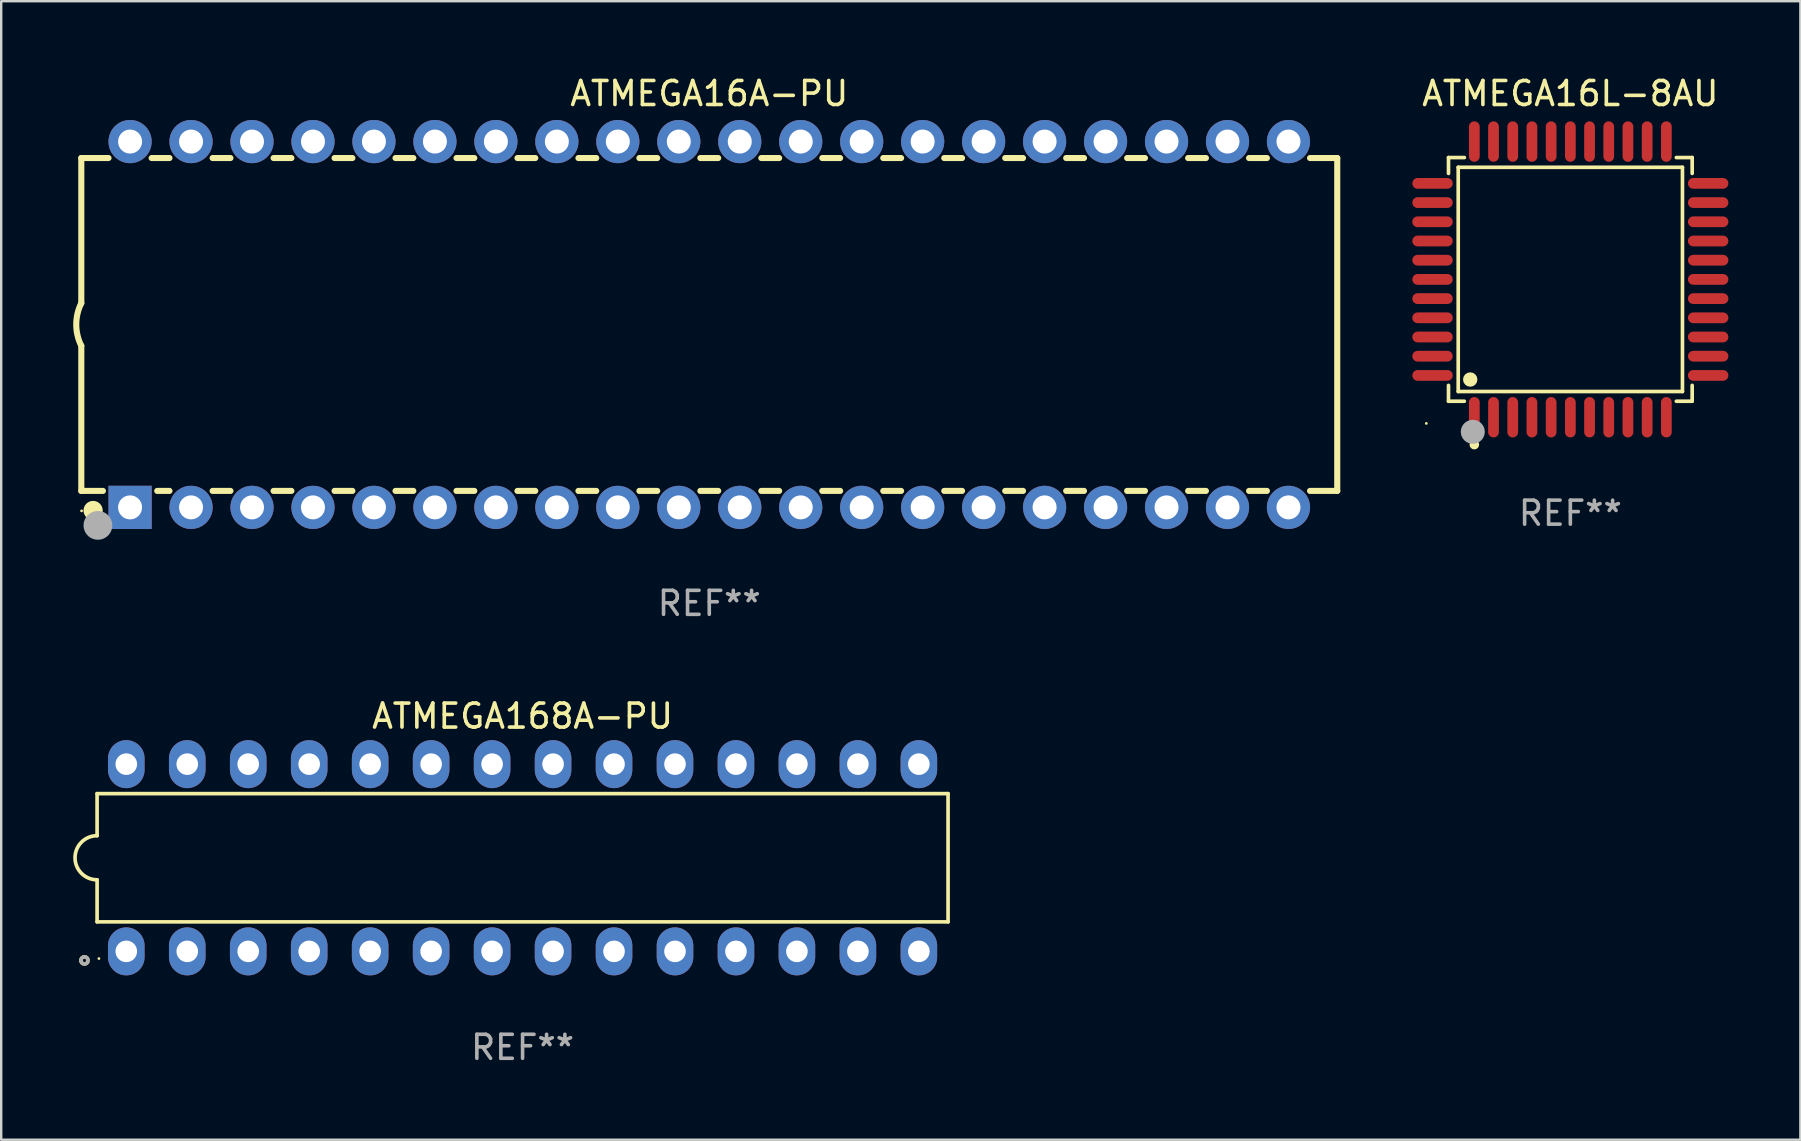
<source format=kicad_pcb>
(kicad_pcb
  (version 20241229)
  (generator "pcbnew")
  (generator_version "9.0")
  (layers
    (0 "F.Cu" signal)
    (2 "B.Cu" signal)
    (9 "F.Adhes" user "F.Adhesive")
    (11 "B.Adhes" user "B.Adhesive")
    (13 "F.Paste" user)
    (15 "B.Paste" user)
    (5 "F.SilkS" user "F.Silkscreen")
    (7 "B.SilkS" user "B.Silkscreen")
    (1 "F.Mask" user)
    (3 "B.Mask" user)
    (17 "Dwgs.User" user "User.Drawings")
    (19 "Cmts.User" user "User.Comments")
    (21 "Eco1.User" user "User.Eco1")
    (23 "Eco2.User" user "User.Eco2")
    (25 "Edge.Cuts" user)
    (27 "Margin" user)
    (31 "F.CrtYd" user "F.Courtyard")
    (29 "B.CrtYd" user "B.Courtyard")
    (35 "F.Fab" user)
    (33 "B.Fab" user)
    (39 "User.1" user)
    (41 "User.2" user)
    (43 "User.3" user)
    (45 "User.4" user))
  (footprint "ATMEGA16A-PU"
    (layer "F.Cu")
    (at 26.499 10.468)
    (property "Reference" "ATMEGA16A-PU" (at 0 -9.62 0) (layer "F.SilkS") (effects (font (size 1 1) (thickness 0.15))))
    (attr through_hole)
    (fp_line (start -26.162 -6.934) (end -26.162 -0.889) (stroke (width 0.254) (type solid)) (layer "F.SilkS"))
    (fp_line (start -26.162 -6.934) (end -25.029 -6.934) (stroke (width 0.254) (type solid)) (layer "F.SilkS"))
    (fp_line (start -26.162 6.934) (end -26.162 0.889) (stroke (width 0.254) (type solid)) (layer "F.SilkS"))
    (fp_line (start -26.162 6.934) (end -25.261 6.934) (stroke (width 0.254) (type solid)) (layer "F.SilkS"))
    (fp_line (start -23.231 -6.934) (end -22.489 -6.934) (stroke (width 0.254) (type solid)) (layer "F.SilkS"))
    (fp_line (start -22.999 6.934) (end -22.489 6.934) (stroke (width 0.254) (type solid)) (layer "F.SilkS"))
    (fp_line (start -20.691 -6.934) (end -19.949 -6.934) (stroke (width 0.254) (type solid)) (layer "F.SilkS"))
    (fp_line (start -20.691 6.934) (end -19.949 6.934) (stroke (width 0.254) (type solid)) (layer "F.SilkS"))
    (fp_line (start -18.151 -6.934) (end -17.409 -6.934) (stroke (width 0.254) (type solid)) (layer "F.SilkS"))
    (fp_line (start -18.151 6.934) (end -17.409 6.934) (stroke (width 0.254) (type solid)) (layer "F.SilkS"))
    (fp_line (start -15.611 -6.934) (end -14.869 -6.934) (stroke (width 0.254) (type solid)) (layer "F.SilkS"))
    (fp_line (start -15.611 6.934) (end -14.869 6.934) (stroke (width 0.254) (type solid)) (layer "F.SilkS"))
    (fp_line (start -13.071 -6.934) (end -12.329 -6.934) (stroke (width 0.254) (type solid)) (layer "F.SilkS"))
    (fp_line (start -13.071 6.934) (end -12.329 6.934) (stroke (width 0.254) (type solid)) (layer "F.SilkS"))
    (fp_line (start -10.531 -6.934) (end -9.789 -6.934) (stroke (width 0.254) (type solid)) (layer "F.SilkS"))
    (fp_line (start -10.531 6.934) (end -9.789 6.934) (stroke (width 0.254) (type solid)) (layer "F.SilkS"))
    (fp_line (start -7.991 -6.934) (end -7.249 -6.934) (stroke (width 0.254) (type solid)) (layer "F.SilkS"))
    (fp_line (start -7.991 6.934) (end -7.249 6.934) (stroke (width 0.254) (type solid)) (layer "F.SilkS"))
    (fp_line (start -5.451 -6.934) (end -4.709 -6.934) (stroke (width 0.254) (type solid)) (layer "F.SilkS"))
    (fp_line (start -5.451 6.934) (end -4.709 6.934) (stroke (width 0.254) (type solid)) (layer "F.SilkS"))
    (fp_line (start -2.911 -6.934) (end -2.169 -6.934) (stroke (width 0.254) (type solid)) (layer "F.SilkS"))
    (fp_line (start -2.911 6.934) (end -2.169 6.934) (stroke (width 0.254) (type solid)) (layer "F.SilkS"))
    (fp_line (start -0.371 -6.934) (end 0.371 -6.934) (stroke (width 0.254) (type solid)) (layer "F.SilkS"))
    (fp_line (start -0.371 6.934) (end 0.371 6.934) (stroke (width 0.254) (type solid)) (layer "F.SilkS"))
    (fp_line (start 2.169 -6.934) (end 2.911 -6.934) (stroke (width 0.254) (type solid)) (layer "F.SilkS"))
    (fp_line (start 2.169 6.934) (end 2.911 6.934) (stroke (width 0.254) (type solid)) (layer "F.SilkS"))
    (fp_line (start 4.709 -6.934) (end 5.451 -6.934) (stroke (width 0.254) (type solid)) (layer "F.SilkS"))
    (fp_line (start 4.709 6.934) (end 5.451 6.934) (stroke (width 0.254) (type solid)) (layer "F.SilkS"))
    (fp_line (start 7.249 -6.934) (end 7.991 -6.934) (stroke (width 0.254) (type solid)) (layer "F.SilkS"))
    (fp_line (start 7.249 6.934) (end 7.991 6.934) (stroke (width 0.254) (type solid)) (layer "F.SilkS"))
    (fp_line (start 9.789 -6.934) (end 10.531 -6.934) (stroke (width 0.254) (type solid)) (layer "F.SilkS"))
    (fp_line (start 9.789 6.934) (end 10.531 6.934) (stroke (width 0.254) (type solid)) (layer "F.SilkS"))
    (fp_line (start 12.329 -6.934) (end 13.071 -6.934) (stroke (width 0.254) (type solid)) (layer "F.SilkS"))
    (fp_line (start 12.329 6.934) (end 13.071 6.934) (stroke (width 0.254) (type solid)) (layer "F.SilkS"))
    (fp_line (start 14.869 -6.934) (end 15.611 -6.934) (stroke (width 0.254) (type solid)) (layer "F.SilkS"))
    (fp_line (start 14.869 6.934) (end 15.611 6.934) (stroke (width 0.254) (type solid)) (layer "F.SilkS"))
    (fp_line (start 17.409 -6.934) (end 18.151 -6.934) (stroke (width 0.254) (type solid)) (layer "F.SilkS"))
    (fp_line (start 17.409 6.934) (end 18.151 6.934) (stroke (width 0.254) (type solid)) (layer "F.SilkS"))
    (fp_line (start 19.949 -6.934) (end 20.691 -6.934) (stroke (width 0.254) (type solid)) (layer "F.SilkS"))
    (fp_line (start 19.949 6.934) (end 20.691 6.934) (stroke (width 0.254) (type solid)) (layer "F.SilkS"))
    (fp_line (start 22.489 -6.934) (end 23.231 -6.934) (stroke (width 0.254) (type solid)) (layer "F.SilkS"))
    (fp_line (start 22.489 6.934) (end 23.231 6.934) (stroke (width 0.254) (type solid)) (layer "F.SilkS"))
    (fp_line (start 25.029 -6.934) (end 26.162 -6.934) (stroke (width 0.254) (type solid)) (layer "F.SilkS"))
    (fp_line (start 25.029 6.934) (end 26.162 6.934) (stroke (width 0.254) (type solid)) (layer "F.SilkS"))
    (fp_line (start 26.162 -6.934) (end 26.162 6.934) (stroke (width 0.254) (type solid)) (layer "F.SilkS"))
    (fp_arc (start -26.162052 0.889001) (mid -26.371917 0) (end -26.162052 -0.889002) (stroke (width 0.254001) (type solid)) (layer "F.SilkS"))
    (fp_circle (center -26.15 7.765) (end -26.12 7.765) (stroke (width 0.06) (type solid)) (fill no) (layer "F.SilkS"))
    (fp_circle (center -25.67 7.75) (end -25.47 7.75) (stroke (width 0.4) (type solid)) (fill no) (layer "F.SilkS"))
    (fp_circle (center -25.47 8.37) (end -25.17 8.37) (stroke (width 0.6) (type solid)) (fill no) (layer "F.Fab"))
    (fp_text user "REF**" (at 0 11.62 0) (layer "F.Fab") (effects (font (size 1 1) (thickness 0.15))))
    (pad "1" thru_hole rect (at -24.13 7.62) (size 1.8 1.8) (drill 1) (layers "*.Cu" "*.Mask"))
    (pad "2" thru_hole circle (at -21.59 7.62) (size 1.8 1.8) (drill 1) (layers "*.Cu" "*.Mask"))
    (pad "3" thru_hole circle (at -19.05 7.62) (size 1.8 1.8) (drill 1) (layers "*.Cu" "*.Mask"))
    (pad "4" thru_hole circle (at -16.51 7.62) (size 1.8 1.8) (drill 1) (layers "*.Cu" "*.Mask"))
    (pad "5" thru_hole circle (at -13.97 7.62) (size 1.8 1.8) (drill 1) (layers "*.Cu" "*.Mask"))
    (pad "6" thru_hole circle (at -11.43 7.62) (size 1.8 1.8) (drill 1) (layers "*.Cu" "*.Mask"))
    (pad "7" thru_hole circle (at -8.89 7.62) (size 1.8 1.8) (drill 1) (layers "*.Cu" "*.Mask"))
    (pad "8" thru_hole circle (at -6.35 7.62) (size 1.8 1.8) (drill 1) (layers "*.Cu" "*.Mask"))
    (pad "9" thru_hole circle (at -3.81 7.62) (size 1.8 1.8) (drill 1) (layers "*.Cu" "*.Mask"))
    (pad "10" thru_hole circle (at -1.27 7.62) (size 1.8 1.8) (drill 1) (layers "*.Cu" "*.Mask"))
    (pad "11" thru_hole circle (at 1.27 7.62) (size 1.8 1.8) (drill 1) (layers "*.Cu" "*.Mask"))
    (pad "12" thru_hole circle (at 3.81 7.62) (size 1.8 1.8) (drill 1) (layers "*.Cu" "*.Mask"))
    (pad "13" thru_hole circle (at 6.35 7.62) (size 1.8 1.8) (drill 1) (layers "*.Cu" "*.Mask"))
    (pad "14" thru_hole circle (at 8.89 7.62) (size 1.8 1.8) (drill 1) (layers "*.Cu" "*.Mask"))
    (pad "15" thru_hole circle (at 11.43 7.62) (size 1.8 1.8) (drill 1) (layers "*.Cu" "*.Mask"))
    (pad "16" thru_hole circle (at 13.97 7.62) (size 1.8 1.8) (drill 1) (layers "*.Cu" "*.Mask"))
    (pad "17" thru_hole circle (at 16.51 7.62) (size 1.8 1.8) (drill 1) (layers "*.Cu" "*.Mask"))
    (pad "18" thru_hole circle (at 19.05 7.62) (size 1.8 1.8) (drill 1) (layers "*.Cu" "*.Mask"))
    (pad "19" thru_hole circle (at 21.59 7.62) (size 1.8 1.8) (drill 1) (layers "*.Cu" "*.Mask"))
    (pad "20" thru_hole circle (at 24.13 7.62) (size 1.8 1.8) (drill 1) (layers "*.Cu" "*.Mask"))
    (pad "21" thru_hole circle (at 24.13 -7.62) (size 1.8 1.8) (drill 1) (layers "*.Cu" "*.Mask"))
    (pad "22" thru_hole circle (at 21.59 -7.62) (size 1.8 1.8) (drill 1) (layers "*.Cu" "*.Mask"))
    (pad "23" thru_hole circle (at 19.05 -7.62) (size 1.8 1.8) (drill 1) (layers "*.Cu" "*.Mask"))
    (pad "24" thru_hole circle (at 16.51 -7.62) (size 1.8 1.8) (drill 1) (layers "*.Cu" "*.Mask"))
    (pad "25" thru_hole circle (at 13.97 -7.62) (size 1.8 1.8) (drill 1) (layers "*.Cu" "*.Mask"))
    (pad "26" thru_hole circle (at 11.43 -7.62) (size 1.8 1.8) (drill 1) (layers "*.Cu" "*.Mask"))
    (pad "27" thru_hole circle (at 8.89 -7.62) (size 1.8 1.8) (drill 1) (layers "*.Cu" "*.Mask"))
    (pad "28" thru_hole circle (at 6.35 -7.62) (size 1.8 1.8) (drill 1) (layers "*.Cu" "*.Mask"))
    (pad "29" thru_hole circle (at 3.81 -7.62) (size 1.8 1.8) (drill 1) (layers "*.Cu" "*.Mask"))
    (pad "30" thru_hole circle (at 1.27 -7.62) (size 1.8 1.8) (drill 1) (layers "*.Cu" "*.Mask"))
    (pad "31" thru_hole circle (at -1.27 -7.62) (size 1.8 1.8) (drill 1) (layers "*.Cu" "*.Mask"))
    (pad "32" thru_hole circle (at -3.81 -7.62) (size 1.8 1.8) (drill 1) (layers "*.Cu" "*.Mask"))
    (pad "33" thru_hole circle (at -6.35 -7.62) (size 1.8 1.8) (drill 1) (layers "*.Cu" "*.Mask"))
    (pad "34" thru_hole circle (at -8.89 -7.62) (size 1.8 1.8) (drill 1) (layers "*.Cu" "*.Mask"))
    (pad "35" thru_hole circle (at -11.43 -7.62) (size 1.8 1.8) (drill 1) (layers "*.Cu" "*.Mask"))
    (pad "36" thru_hole circle (at -13.97 -7.62) (size 1.8 1.8) (drill 1) (layers "*.Cu" "*.Mask"))
    (pad "37" thru_hole circle (at -16.51 -7.62) (size 1.8 1.8) (drill 1) (layers "*.Cu" "*.Mask"))
    (pad "38" thru_hole circle (at -19.05 -7.62) (size 1.8 1.8) (drill 1) (layers "*.Cu" "*.Mask"))
    (pad "39" thru_hole circle (at -21.59 -7.62) (size 1.8 1.8) (drill 1) (layers "*.Cu" "*.Mask"))
    (pad "40" thru_hole circle (at -24.13 -7.62) (size 1.8 1.8) (drill 1) (layers "*.Cu" "*.Mask")))
  (footprint "ATMEGA168A-PU"
    (layer "F.Cu")
    (at 18.721 32.685)
    (property "Reference" "ATMEGA168A-PU" (at 0 -5.9 0) (layer "F.SilkS") (effects (font (size 1 1) (thickness 0.15))))
    (attr through_hole)
    (fp_line (start -17.726 -2.671) (end -17.726 -0.919) (stroke (width 0.152) (type solid)) (layer "F.SilkS"))
    (fp_line (start -17.726 0.919) (end -17.726 2.671) (stroke (width 0.152) (type solid)) (layer "F.SilkS"))
    (fp_line (start -17.726 2.671) (end 17.726 2.671) (stroke (width 0.152) (type solid)) (layer "F.SilkS"))
    (fp_line (start 17.726 -2.671) (end -17.726 -2.671) (stroke (width 0.152) (type solid)) (layer "F.SilkS"))
    (fp_line (start 17.726 2.671) (end 17.726 -2.671) (stroke (width 0.152) (type solid)) (layer "F.SilkS"))
    (fp_arc (start -17.726213 0.91875) (mid -18.644963 0) (end -17.726213 -0.91875) (stroke (width 0.1524) (type solid)) (layer "F.SilkS"))
    (fp_circle (center -18.252 4.277) (end -18.178 4.277) (stroke (width 0.15) (type solid)) (fill no) (layer "F.SilkS"))
    (fp_circle (center -17.65 4.2) (end -17.62 4.2) (stroke (width 0.06) (type solid)) (fill no) (layer "F.SilkS"))
    (fp_circle (center -18.252 4.277) (end -18.178 4.277) (stroke (width 0.15) (type solid)) (fill no) (layer "F.Fab"))
    (fp_text user "REF**" (at 0 7.9 0) (layer "F.Fab") (effects (font (size 1 1) (thickness 0.15))))
    (pad "1" thru_hole oval (at -16.51 3.9) (size 1.524 2) (drill 0.9) (layers "*.Cu" "*.Mask"))
    (pad "2" thru_hole oval (at -13.97 3.9) (size 1.524 2) (drill 0.9) (layers "*.Cu" "*.Mask"))
    (pad "3" thru_hole oval (at -11.43 3.9) (size 1.524 2) (drill 0.9) (layers "*.Cu" "*.Mask"))
    (pad "4" thru_hole oval (at -8.89 3.9) (size 1.524 2) (drill 0.9) (layers "*.Cu" "*.Mask"))
    (pad "5" thru_hole oval (at -6.35 3.9) (size 1.524 2) (drill 0.9) (layers "*.Cu" "*.Mask"))
    (pad "6" thru_hole oval (at -3.81 3.9) (size 1.524 2) (drill 0.9) (layers "*.Cu" "*.Mask"))
    (pad "7" thru_hole oval (at -1.27 3.9) (size 1.524 2) (drill 0.9) (layers "*.Cu" "*.Mask"))
    (pad "8" thru_hole oval (at 1.27 3.9) (size 1.524 2) (drill 0.9) (layers "*.Cu" "*.Mask"))
    (pad "9" thru_hole oval (at 3.81 3.9) (size 1.524 2) (drill 0.9) (layers "*.Cu" "*.Mask"))
    (pad "10" thru_hole oval (at 6.35 3.9) (size 1.524 2) (drill 0.9) (layers "*.Cu" "*.Mask"))
    (pad "11" thru_hole oval (at 8.89 3.9) (size 1.524 2) (drill 0.9) (layers "*.Cu" "*.Mask"))
    (pad "12" thru_hole oval (at 11.43 3.9) (size 1.524 2) (drill 0.9) (layers "*.Cu" "*.Mask"))
    (pad "13" thru_hole oval (at 13.97 3.9) (size 1.524 2) (drill 0.9) (layers "*.Cu" "*.Mask"))
    (pad "14" thru_hole oval (at 16.51 3.9) (size 1.524 2) (drill 0.9) (layers "*.Cu" "*.Mask"))
    (pad "15" thru_hole oval (at 16.51 -3.9) (size 1.524 2) (drill 0.9) (layers "*.Cu" "*.Mask"))
    (pad "16" thru_hole oval (at 13.97 -3.9) (size 1.524 2) (drill 0.9) (layers "*.Cu" "*.Mask"))
    (pad "17" thru_hole oval (at 11.43 -3.9) (size 1.524 2) (drill 0.9) (layers "*.Cu" "*.Mask"))
    (pad "18" thru_hole oval (at 8.89 -3.9) (size 1.524 2) (drill 0.9) (layers "*.Cu" "*.Mask"))
    (pad "19" thru_hole oval (at 6.35 -3.9) (size 1.524 2) (drill 0.9) (layers "*.Cu" "*.Mask"))
    (pad "20" thru_hole oval (at 3.81 -3.9) (size 1.524 2) (drill 0.9) (layers "*.Cu" "*.Mask"))
    (pad "21" thru_hole oval (at 1.27 -3.9) (size 1.524 2) (drill 0.9) (layers "*.Cu" "*.Mask"))
    (pad "22" thru_hole oval (at -1.27 -3.9) (size 1.524 2) (drill 0.9) (layers "*.Cu" "*.Mask"))
    (pad "23" thru_hole oval (at -3.81 -3.9) (size 1.524 2) (drill 0.9) (layers "*.Cu" "*.Mask"))
    (pad "24" thru_hole oval (at -6.35 -3.9) (size 1.524 2) (drill 0.9) (layers "*.Cu" "*.Mask"))
    (pad "25" thru_hole oval (at -8.89 -3.9) (size 1.524 2) (drill 0.9) (layers "*.Cu" "*.Mask"))
    (pad "26" thru_hole oval (at -11.43 -3.9) (size 1.524 2) (drill 0.9) (layers "*.Cu" "*.Mask"))
    (pad "27" thru_hole oval (at -13.97 -3.9) (size 1.524 2) (drill 0.9) (layers "*.Cu" "*.Mask"))
    (pad "28" thru_hole oval (at -16.51 -3.9) (size 1.524 2) (drill 0.9) (layers "*.Cu" "*.Mask")))
  (footprint "ATMEGA16L-8AU"
    (layer "F.Cu")
    (at 62.372 8.59)
    (property "Reference" "ATMEGA16L-8AU" (at 0 -7.742 0) (layer "F.SilkS") (effects (font (size 1 1) (thickness 0.15))))
    (attr through_hole)
    (fp_line (start -5.076 -5.076) (end -4.415 -5.076) (stroke (width 0.152) (type solid)) (layer "F.SilkS"))
    (fp_line (start -5.076 -4.415) (end -5.076 -5.076) (stroke (width 0.152) (type solid)) (layer "F.SilkS"))
    (fp_line (start -5.076 4.415) (end -5.076 5.076) (stroke (width 0.152) (type solid)) (layer "F.SilkS"))
    (fp_line (start -5.076 5.076) (end -4.415 5.076) (stroke (width 0.152) (type solid)) (layer "F.SilkS"))
    (fp_line (start -4.671 -4.671) (end 4.671 -4.671) (stroke (width 0.152) (type solid)) (layer "F.SilkS"))
    (fp_line (start -4.671 4.671) (end -4.671 -4.671) (stroke (width 0.152) (type solid)) (layer "F.SilkS"))
    (fp_line (start 4.671 -4.671) (end 4.671 4.671) (stroke (width 0.152) (type solid)) (layer "F.SilkS"))
    (fp_line (start 4.671 4.671) (end -4.671 4.671) (stroke (width 0.152) (type solid)) (layer "F.SilkS"))
    (fp_line (start 5.076 -5.076) (end 4.415 -5.076) (stroke (width 0.152) (type solid)) (layer "F.SilkS"))
    (fp_line (start 5.076 -4.415) (end 5.076 -5.076) (stroke (width 0.152) (type solid)) (layer "F.SilkS"))
    (fp_line (start 5.076 4.415) (end 5.076 5.076) (stroke (width 0.152) (type solid)) (layer "F.SilkS"))
    (fp_line (start 5.076 5.076) (end 4.415 5.076) (stroke (width 0.152) (type solid)) (layer "F.SilkS"))
    (fp_circle (center -6 6) (end -5.97 6) (stroke (width 0.06) (type solid)) (fill no) (layer "F.SilkS"))
    (fp_circle (center -4.171 4.171) (end -4.021 4.171) (stroke (width 0.3) (type solid)) (fill no) (layer "F.SilkS"))
    (fp_circle (center -4 6.884) (end -3.9 6.884) (stroke (width 0.2) (type solid)) (fill no) (layer "F.SilkS"))
    (fp_circle (center -4.064 6.35) (end -3.814 6.35) (stroke (width 0.5) (type solid)) (fill no) (layer "F.Fab"))
    (fp_text user "REF**" (at 0 9.742 0) (layer "F.Fab") (effects (font (size 1 1) (thickness 0.15))))
    (pad "1" smd oval (at -4 5.742) (size 0.448 1.684) (layers "F.Cu" "F.Mask" "F.Paste"))
    (pad "2" smd oval (at -3.2 5.742) (size 0.448 1.684) (layers "F.Cu" "F.Mask" "F.Paste"))
    (pad "3" smd oval (at -2.4 5.742) (size 0.448 1.684) (layers "F.Cu" "F.Mask" "F.Paste"))
    (pad "4" smd oval (at -1.6 5.742) (size 0.448 1.684) (layers "F.Cu" "F.Mask" "F.Paste"))
    (pad "5" smd oval (at -0.8 5.742) (size 0.448 1.684) (layers "F.Cu" "F.Mask" "F.Paste"))
    (pad "6" smd oval (at 0 5.742) (size 0.448 1.684) (layers "F.Cu" "F.Mask" "F.Paste"))
    (pad "7" smd oval (at 0.8 5.742) (size 0.448 1.684) (layers "F.Cu" "F.Mask" "F.Paste"))
    (pad "8" smd oval (at 1.6 5.742) (size 0.448 1.684) (layers "F.Cu" "F.Mask" "F.Paste"))
    (pad "9" smd oval (at 2.4 5.742) (size 0.448 1.684) (layers "F.Cu" "F.Mask" "F.Paste"))
    (pad "10" smd oval (at 3.2 5.742) (size 0.448 1.684) (layers "F.Cu" "F.Mask" "F.Paste"))
    (pad "11" smd oval (at 4 5.742) (size 0.448 1.684) (layers "F.Cu" "F.Mask" "F.Paste"))
    (pad "12" smd oval (at 5.742 4) (size 1.684 0.448) (layers "F.Cu" "F.Mask" "F.Paste"))
    (pad "13" smd oval (at 5.742 3.2) (size 1.684 0.448) (layers "F.Cu" "F.Mask" "F.Paste"))
    (pad "14" smd oval (at 5.742 2.4) (size 1.684 0.448) (layers "F.Cu" "F.Mask" "F.Paste"))
    (pad "15" smd oval (at 5.742 1.6) (size 1.684 0.448) (layers "F.Cu" "F.Mask" "F.Paste"))
    (pad "16" smd oval (at 5.742 0.8) (size 1.684 0.448) (layers "F.Cu" "F.Mask" "F.Paste"))
    (pad "17" smd oval (at 5.742 0) (size 1.684 0.448) (layers "F.Cu" "F.Mask" "F.Paste"))
    (pad "18" smd oval (at 5.742 -0.8) (size 1.684 0.448) (layers "F.Cu" "F.Mask" "F.Paste"))
    (pad "19" smd oval (at 5.742 -1.6) (size 1.684 0.448) (layers "F.Cu" "F.Mask" "F.Paste"))
    (pad "20" smd oval (at 5.742 -2.4) (size 1.684 0.448) (layers "F.Cu" "F.Mask" "F.Paste"))
    (pad "21" smd oval (at 5.742 -3.2) (size 1.684 0.448) (layers "F.Cu" "F.Mask" "F.Paste"))
    (pad "22" smd oval (at 5.742 -4) (size 1.684 0.448) (layers "F.Cu" "F.Mask" "F.Paste"))
    (pad "23" smd oval (at 4 -5.742) (size 0.448 1.684) (layers "F.Cu" "F.Mask" "F.Paste"))
    (pad "24" smd oval (at 3.2 -5.742) (size 0.448 1.684) (layers "F.Cu" "F.Mask" "F.Paste"))
    (pad "25" smd oval (at 2.4 -5.742) (size 0.448 1.684) (layers "F.Cu" "F.Mask" "F.Paste"))
    (pad "26" smd oval (at 1.6 -5.742) (size 0.448 1.684) (layers "F.Cu" "F.Mask" "F.Paste"))
    (pad "27" smd oval (at 0.8 -5.742) (size 0.448 1.684) (layers "F.Cu" "F.Mask" "F.Paste"))
    (pad "28" smd oval (at 0 -5.742) (size 0.448 1.684) (layers "F.Cu" "F.Mask" "F.Paste"))
    (pad "29" smd oval (at -0.8 -5.742) (size 0.448 1.684) (layers "F.Cu" "F.Mask" "F.Paste"))
    (pad "30" smd oval (at -1.6 -5.742) (size 0.448 1.684) (layers "F.Cu" "F.Mask" "F.Paste"))
    (pad "31" smd oval (at -2.4 -5.742) (size 0.448 1.684) (layers "F.Cu" "F.Mask" "F.Paste"))
    (pad "32" smd oval (at -3.2 -5.742) (size 0.448 1.684) (layers "F.Cu" "F.Mask" "F.Paste"))
    (pad "33" smd oval (at -4 -5.742) (size 0.448 1.684) (layers "F.Cu" "F.Mask" "F.Paste"))
    (pad "34" smd oval (at -5.742 -4) (size 1.684 0.448) (layers "F.Cu" "F.Mask" "F.Paste"))
    (pad "35" smd oval (at -5.742 -3.2) (size 1.684 0.448) (layers "F.Cu" "F.Mask" "F.Paste"))
    (pad "36" smd oval (at -5.742 -2.4) (size 1.684 0.448) (layers "F.Cu" "F.Mask" "F.Paste"))
    (pad "37" smd oval (at -5.742 -1.6) (size 1.684 0.448) (layers "F.Cu" "F.Mask" "F.Paste"))
    (pad "38" smd oval (at -5.742 -0.8) (size 1.684 0.448) (layers "F.Cu" "F.Mask" "F.Paste"))
    (pad "39" smd oval (at -5.742 0) (size 1.684 0.448) (layers "F.Cu" "F.Mask" "F.Paste"))
    (pad "40" smd oval (at -5.742 0.8) (size 1.684 0.448) (layers "F.Cu" "F.Mask" "F.Paste"))
    (pad "41" smd oval (at -5.742 1.6) (size 1.684 0.448) (layers "F.Cu" "F.Mask" "F.Paste"))
    (pad "42" smd oval (at -5.742 2.4) (size 1.684 0.448) (layers "F.Cu" "F.Mask" "F.Paste"))
    (pad "43" smd oval (at -5.742 3.2) (size 1.684 0.448) (layers "F.Cu" "F.Mask" "F.Paste"))
    (pad "44" smd oval (at -5.742 4) (size 1.684 0.448) (layers "F.Cu" "F.Mask" "F.Paste")))
  (gr_rect
    (start -3 -3)
    (end 71.956 44.433)
    (stroke (width 0.1) (type default))
    (fill no)
    (layer "Edge.Cuts")))
</source>
